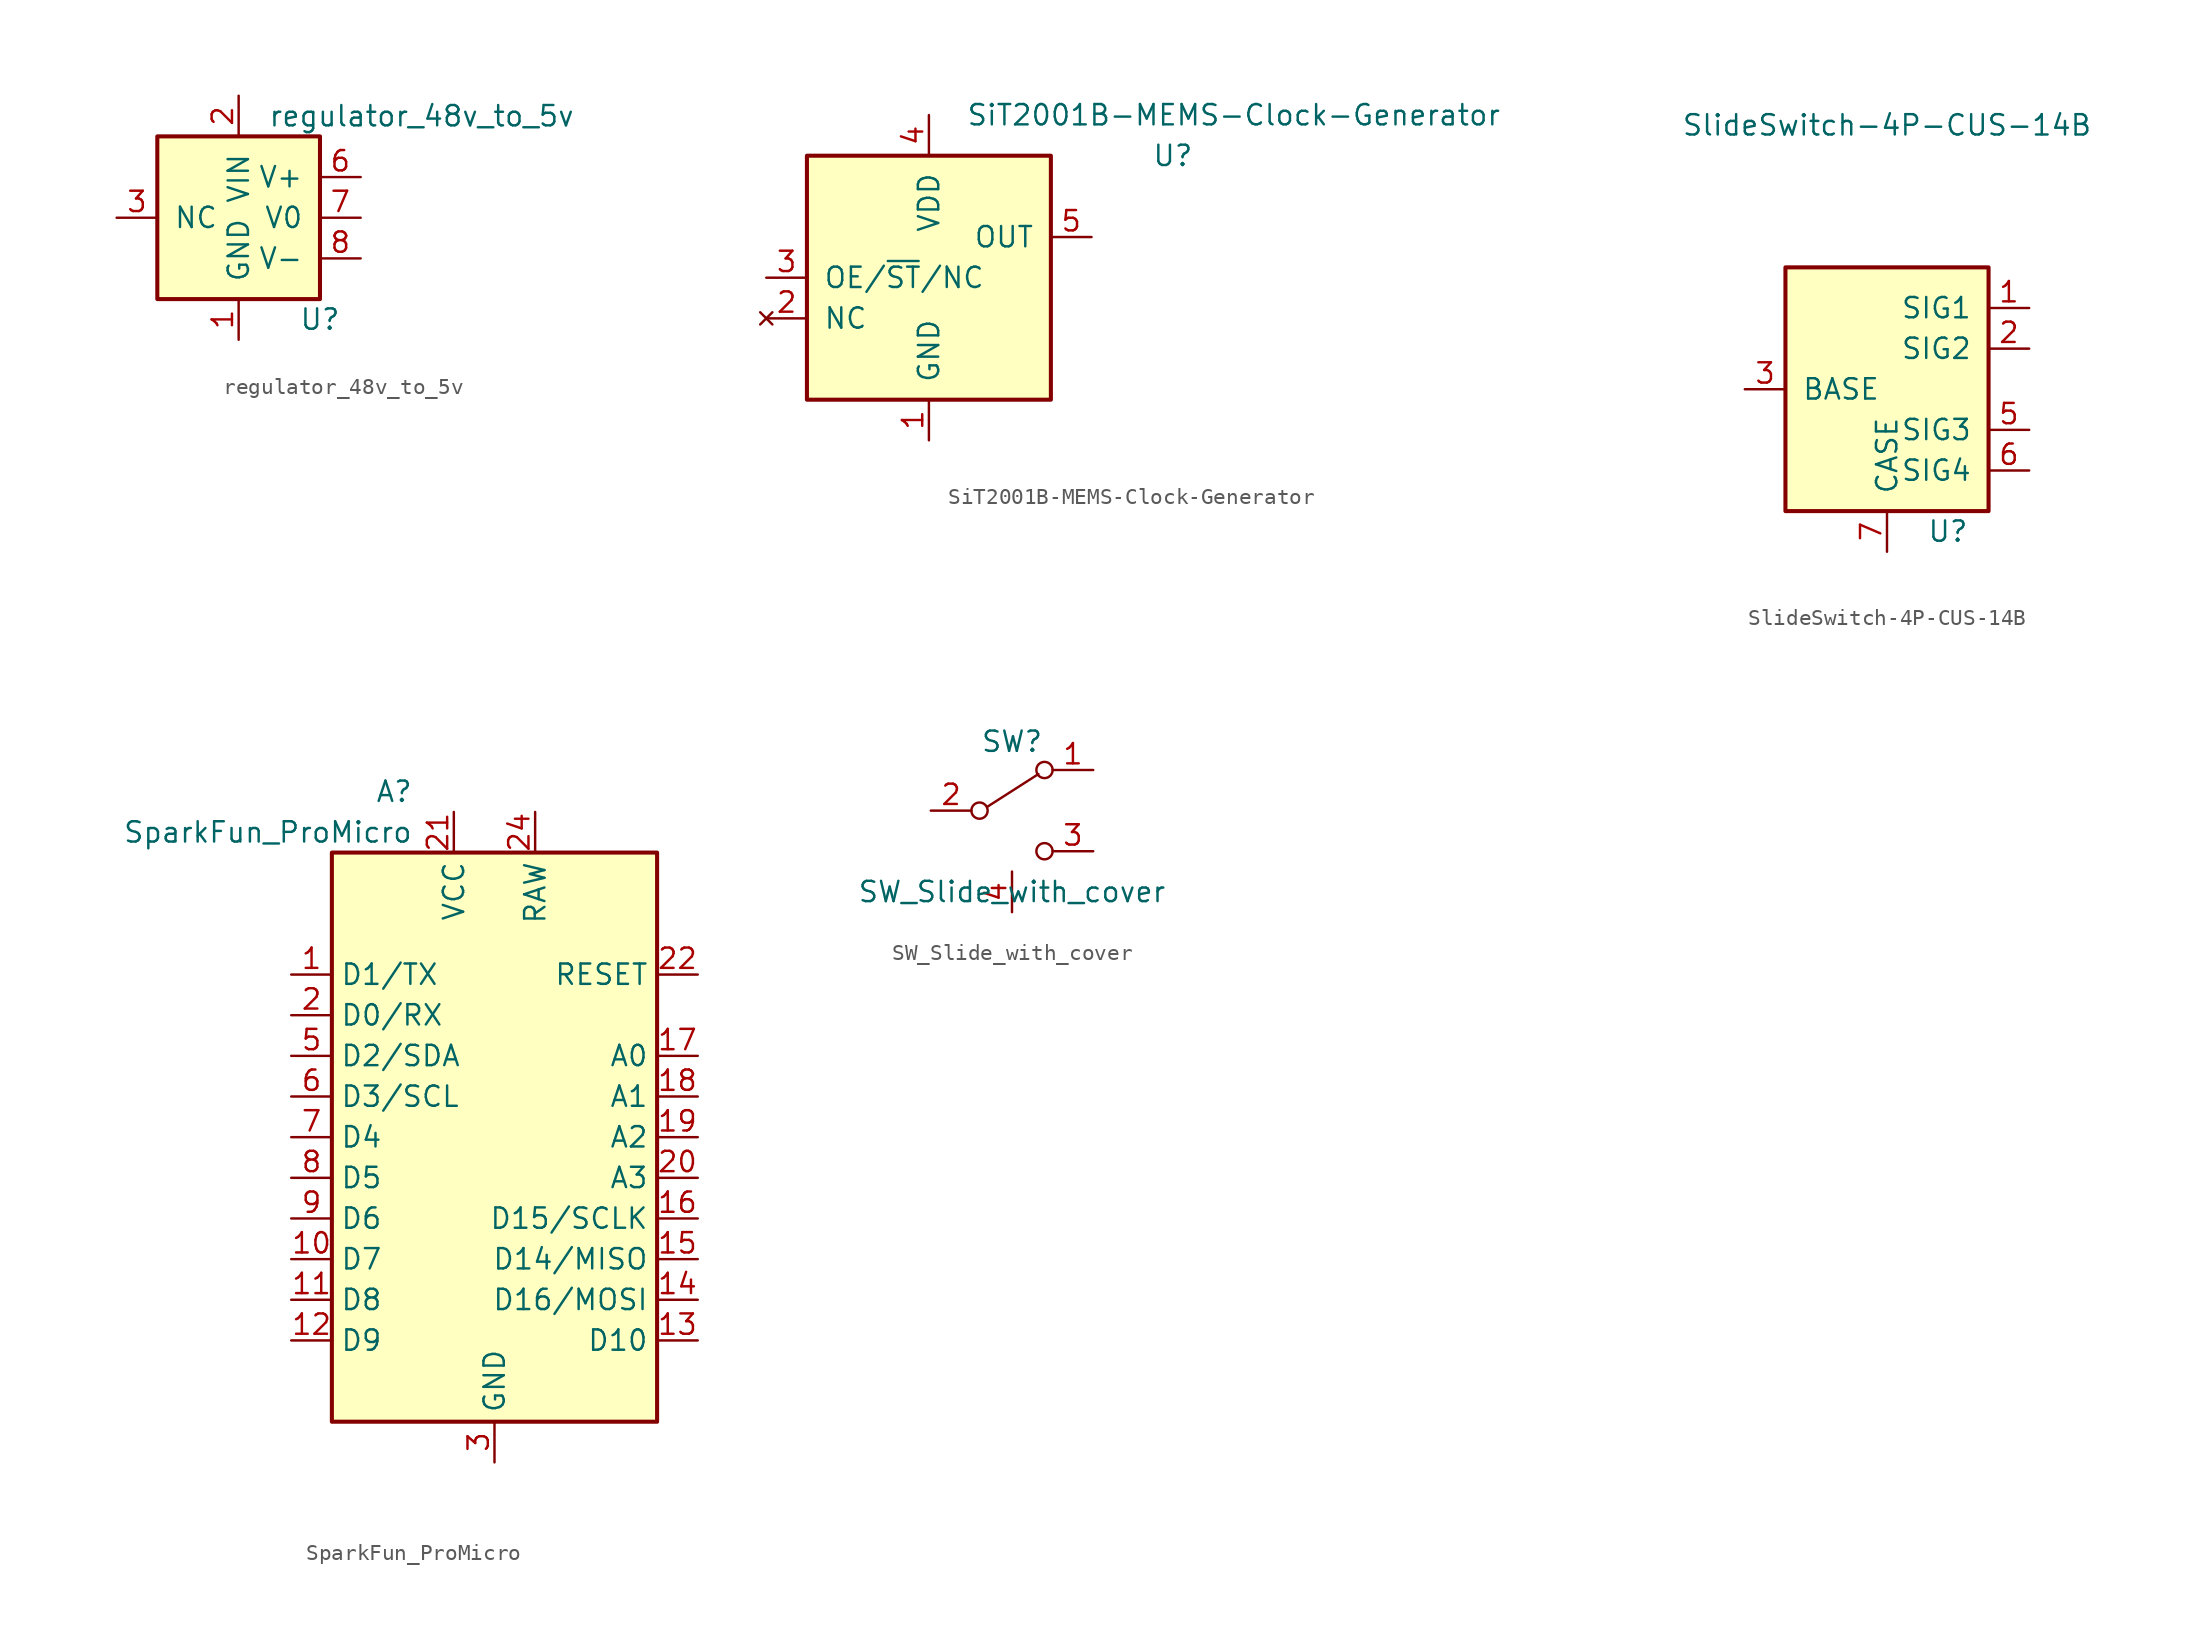
<source format=kicad_sym>
(kicad_symbol_lib
  (version 20211014)
  (generator kicad_symbol_editor)
  (symbol "regulator_48v_to_5v"
    (pin_names
      (offset 1.016))
    (property "Reference" "U"
      (at 5.08 -6.35 0)
      (effects (font (size 1.27 1.27))))
    (property "Value" "regulator_48v_to_5v"
      (at 11.43 6.35 0)
      (effects (font (size 1.27 1.27))))
    (symbol "regulator_48v_to_5v_0_1"
      (rectangle (start -5.08 5.08) (end 5.08 -5.08) (stroke (width 0.254) (type default) (color 0 0 0 0)) (fill (type background))))
    (symbol "regulator_48v_to_5v_1_1"
      (pin input line (at 0 -7.62 90) (length 2.54) (name "GND" (effects (font (size 1.27 1.27)))) (number "1" (effects (font (size 1.27 1.27)))))
      (pin input line (at 0 7.62 270) (length 2.54) (name "VIN" (effects (font (size 1.27 1.27)))) (number "2" (effects (font (size 1.27 1.27)))))
      (pin input line (at -7.62 0 0) (length 2.54) (name "NC" (effects (font (size 1.27 1.27)))) (number "3" (effects (font (size 1.27 1.27)))))
      (pin input line (at 7.62 2.54 180) (length 2.54) (name "V+" (effects (font (size 1.27 1.27)))) (number "6" (effects (font (size 1.27 1.27)))))
      (pin input line (at 7.62 0 180) (length 2.54) (name "V0" (effects (font (size 1.27 1.27)))) (number "7" (effects (font (size 1.27 1.27)))))
      (pin input line (at 7.62 -2.54 180) (length 2.54) (name "V-" (effects (font (size 1.27 1.27)))) (number "8" (effects (font (size 1.27 1.27)))))))
  (symbol "SiT2001B-MEMS-Clock-Generator"
    (pin_names
      (offset 1.016))
    (property "Reference" "U"
      (at 15.24 7.62 0)
      (effects (font (size 1.27 1.27))))
    (property "Value" "SiT2001B-MEMS-Clock-Generator"
      (at 19.05 10.16 0)
      (effects (font (size 1.27 1.27))))
    (symbol "SiT2001B-MEMS-Clock-Generator_0_1"
      (rectangle (start -7.62 7.62) (end 7.62 -7.62) (stroke (width 0.254) (type default) (color 0 0 0 0)) (fill (type background))))
    (symbol "SiT2001B-MEMS-Clock-Generator_1_1"
      (pin power_in line (at 0 -10.16 90) (length 2.54) (name "GND" (effects (font (size 1.27 1.27)))) (number "1" (effects (font (size 1.27 1.27)))))
      (pin no_connect line (at -10.16 -2.54 0) (length 2.54) (name "NC" (effects (font (size 1.27 1.27)))) (number "2" (effects (font (size 1.27 1.27)))))
      (pin passive line (at -10.16 0 0) (length 2.54) (name "OE/~{ST}/NC" (effects (font (size 1.27 1.27)))) (number "3" (effects (font (size 1.27 1.27)))))
      (pin power_in line (at 0 10.16 270) (length 2.54) (name "VDD" (effects (font (size 1.27 1.27)))) (number "4" (effects (font (size 1.27 1.27)))))
      (pin output line (at 10.16 2.54 180) (length 2.54) (name "OUT" (effects (font (size 1.27 1.27)))) (number "5" (effects (font (size 1.27 1.27)))))))
  (symbol "SlideSwitch-4P-CUS-14B"
    (pin_names
      (offset 1.016))
    (property "Reference" "U"
      (at 3.81 -8.89 0)
      (effects (font (size 1.27 1.27))))
    (property "Value" "SlideSwitch-4P-CUS-14B"
      (at 0 16.51 0)
      (effects (font (size 1.27 1.27))))
    (symbol "SlideSwitch-4P-CUS-14B_0_1"
      (rectangle (start -6.35 7.62) (end 6.35 -7.62) (stroke (width 0.254) (type default) (color 0 0 0 0)) (fill (type background))))
    (symbol "SlideSwitch-4P-CUS-14B_1_1"
      (pin input line (at 8.89 5.08 180) (length 2.54) (name "SIG1" (effects (font (size 1.27 1.27)))) (number "1" (effects (font (size 1.27 1.27)))))
      (pin input line (at 8.89 2.54 180) (length 2.54) (name "SIG2" (effects (font (size 1.27 1.27)))) (number "2" (effects (font (size 1.27 1.27)))))
      (pin input line (at -8.89 0 0) (length 2.54) (name "BASE" (effects (font (size 1.27 1.27)))) (number "3" (effects (font (size 1.27 1.27)))))
      (pin passive line (at -8.89 0 0) (length 2.54) hide (name "BASE" (effects (font (size 1.27 1.27)))) (number "4" (effects (font (size 1.27 1.27)))))
      (pin input line (at 8.89 -2.54 180) (length 2.54) (name "SIG3" (effects (font (size 1.27 1.27)))) (number "5" (effects (font (size 1.27 1.27)))))
      (pin input line (at 8.89 -5.08 180) (length 2.54) (name "SIG4" (effects (font (size 1.27 1.27)))) (number "6" (effects (font (size 1.27 1.27)))))
      (pin unspecified line (at 0 -10.16 90) (length 2.54) (name "CASE" (effects (font (size 1.27 1.27)))) (number "7" (effects (font (size 1.27 1.27)))))))
  (symbol "SparkFun_ProMicro"
    (property "Reference" "A"
      (at -5.08 21.59 0)
      (effects (font (size 1.27 1.27)) (justify right)))
    (property "Value" "SparkFun_ProMicro"
      (at -5.08 19.05 0)
      (effects (font (size 1.27 1.27)) (justify right)))
    (symbol "SparkFun_ProMicro_0_1"
      (rectangle (start -10.16 17.78) (end 10.16 -17.78) (stroke (width 0.254) (type default) (color 0 0 0 0)) (fill (type background))))
    (symbol "SparkFun_ProMicro_1_1"
      (pin bidirectional line (at -12.7 10.16 0) (length 2.54) (name "D1/TX" (effects (font (size 1.27 1.27)))) (number "1" (effects (font (size 1.27 1.27)))))
      (pin bidirectional line (at -12.7 -7.62 0) (length 2.54) (name "D7" (effects (font (size 1.27 1.27)))) (number "10" (effects (font (size 1.27 1.27)))))
      (pin bidirectional line (at -12.7 -10.16 0) (length 2.54) (name "D8" (effects (font (size 1.27 1.27)))) (number "11" (effects (font (size 1.27 1.27)))))
      (pin bidirectional line (at -12.7 -12.7 0) (length 2.54) (name "D9" (effects (font (size 1.27 1.27)))) (number "12" (effects (font (size 1.27 1.27)))))
      (pin bidirectional line (at 12.7 -12.7 180) (length 2.54) (name "D10" (effects (font (size 1.27 1.27)))) (number "13" (effects (font (size 1.27 1.27)))))
      (pin bidirectional line (at 12.7 -10.16 180) (length 2.54) (name "D16/MOSI" (effects (font (size 1.27 1.27)))) (number "14" (effects (font (size 1.27 1.27)))))
      (pin bidirectional line (at 12.7 -7.62 180) (length 2.54) (name "D14/MISO" (effects (font (size 1.27 1.27)))) (number "15" (effects (font (size 1.27 1.27)))))
      (pin bidirectional line (at 12.7 -5.08 180) (length 2.54) (name "D15/SCLK" (effects (font (size 1.27 1.27)))) (number "16" (effects (font (size 1.27 1.27)))))
      (pin bidirectional line (at 12.7 5.08 180) (length 2.54) (name "A0" (effects (font (size 1.27 1.27)))) (number "17" (effects (font (size 1.27 1.27)))))
      (pin bidirectional line (at 12.7 2.54 180) (length 2.54) (name "A1" (effects (font (size 1.27 1.27)))) (number "18" (effects (font (size 1.27 1.27)))))
      (pin bidirectional line (at 12.7 0 180) (length 2.54) (name "A2" (effects (font (size 1.27 1.27)))) (number "19" (effects (font (size 1.27 1.27)))))
      (pin bidirectional line (at -12.7 7.62 0) (length 2.54) (name "D0/RX" (effects (font (size 1.27 1.27)))) (number "2" (effects (font (size 1.27 1.27)))))
      (pin bidirectional line (at 12.7 -2.54 180) (length 2.54) (name "A3" (effects (font (size 1.27 1.27)))) (number "20" (effects (font (size 1.27 1.27)))))
      (pin power_in line (at -2.54 20.32 270) (length 2.54) (name "VCC" (effects (font (size 1.27 1.27)))) (number "21" (effects (font (size 1.27 1.27)))))
      (pin input line (at 12.7 10.16 180) (length 2.54) (name "RESET" (effects (font (size 1.27 1.27)))) (number "22" (effects (font (size 1.27 1.27)))))
      (pin passive line (at 0 -20.32 90) (length 2.54) hide (name "GND" (effects (font (size 1.27 1.27)))) (number "23" (effects (font (size 1.27 1.27)))))
      (pin power_out line (at 2.54 20.32 270) (length 2.54) (name "RAW" (effects (font (size 1.27 1.27)))) (number "24" (effects (font (size 1.27 1.27)))))
      (pin power_in line (at 0 -20.32 90) (length 2.54) (name "GND" (effects (font (size 1.27 1.27)))) (number "3" (effects (font (size 1.27 1.27)))))
      (pin passive line (at 0 -20.32 90) (length 2.54) hide (name "GND" (effects (font (size 1.27 1.27)))) (number "4" (effects (font (size 1.27 1.27)))))
      (pin bidirectional line (at -12.7 5.08 0) (length 2.54) (name "D2/SDA" (effects (font (size 1.27 1.27)))) (number "5" (effects (font (size 1.27 1.27)))))
      (pin bidirectional line (at -12.7 2.54 0) (length 2.54) (name "D3/SCL" (effects (font (size 1.27 1.27)))) (number "6" (effects (font (size 1.27 1.27)))))
      (pin bidirectional line (at -12.7 0 0) (length 2.54) (name "D4" (effects (font (size 1.27 1.27)))) (number "7" (effects (font (size 1.27 1.27)))))
      (pin bidirectional line (at -12.7 -2.54 0) (length 2.54) (name "D5" (effects (font (size 1.27 1.27)))) (number "8" (effects (font (size 1.27 1.27)))))
      (pin bidirectional line (at -12.7 -5.08 0) (length 2.54) (name "D6" (effects (font (size 1.27 1.27)))) (number "9" (effects (font (size 1.27 1.27)))))))
  (symbol "SW_Slide_with_cover"
    (pin_names
      (offset 0) hide)
    (property "Reference" "SW"
      (at 0 4.318 0)
      (effects (font (size 1.27 1.27))))
    (property "Value" "SW_Slide_with_cover"
      (at 0 -5.08 0)
      (effects (font (size 1.27 1.27))))
    (symbol "SW_Slide_with_cover_0_0"
      (circle (center -2.032 0) (radius 0.508) (stroke (width 0) (type default) (color 0 0 0 0)) (fill (type none)))
      (circle (center 2.032 -2.54) (radius 0.508) (stroke (width 0) (type default) (color 0 0 0 0)) (fill (type none))))
    (symbol "SW_Slide_with_cover_0_1"
      (polyline (pts (xy -1.524 0.254) (xy 1.651 2.286)) (stroke (width 0) (type default) (color 0 0 0 0)) (fill (type none)))
      (circle (center 2.032 2.54) (radius 0.508) (stroke (width 0) (type default) (color 0 0 0 0)) (fill (type none))))
    (symbol "SW_Slide_with_cover_1_1"
      (pin passive line (at 5.08 2.54 180) (length 2.54) (name "A" (effects (font (size 1.27 1.27)))) (number "1" (effects (font (size 1.27 1.27)))))
      (pin passive line (at -5.08 0 0) (length 2.54) (name "B" (effects (font (size 1.27 1.27)))) (number "2" (effects (font (size 1.27 1.27)))))
      (pin passive line (at 5.08 -2.54 180) (length 2.54) (name "C" (effects (font (size 1.27 1.27)))) (number "3" (effects (font (size 1.27 1.27)))))
      (pin input line (at 0 -6.35 90) (length 2.54) (name "Cover" (effects (font (size 1.27 1.27)))) (number "4" (effects (font (size 1.27 1.27))))))))
</source>
